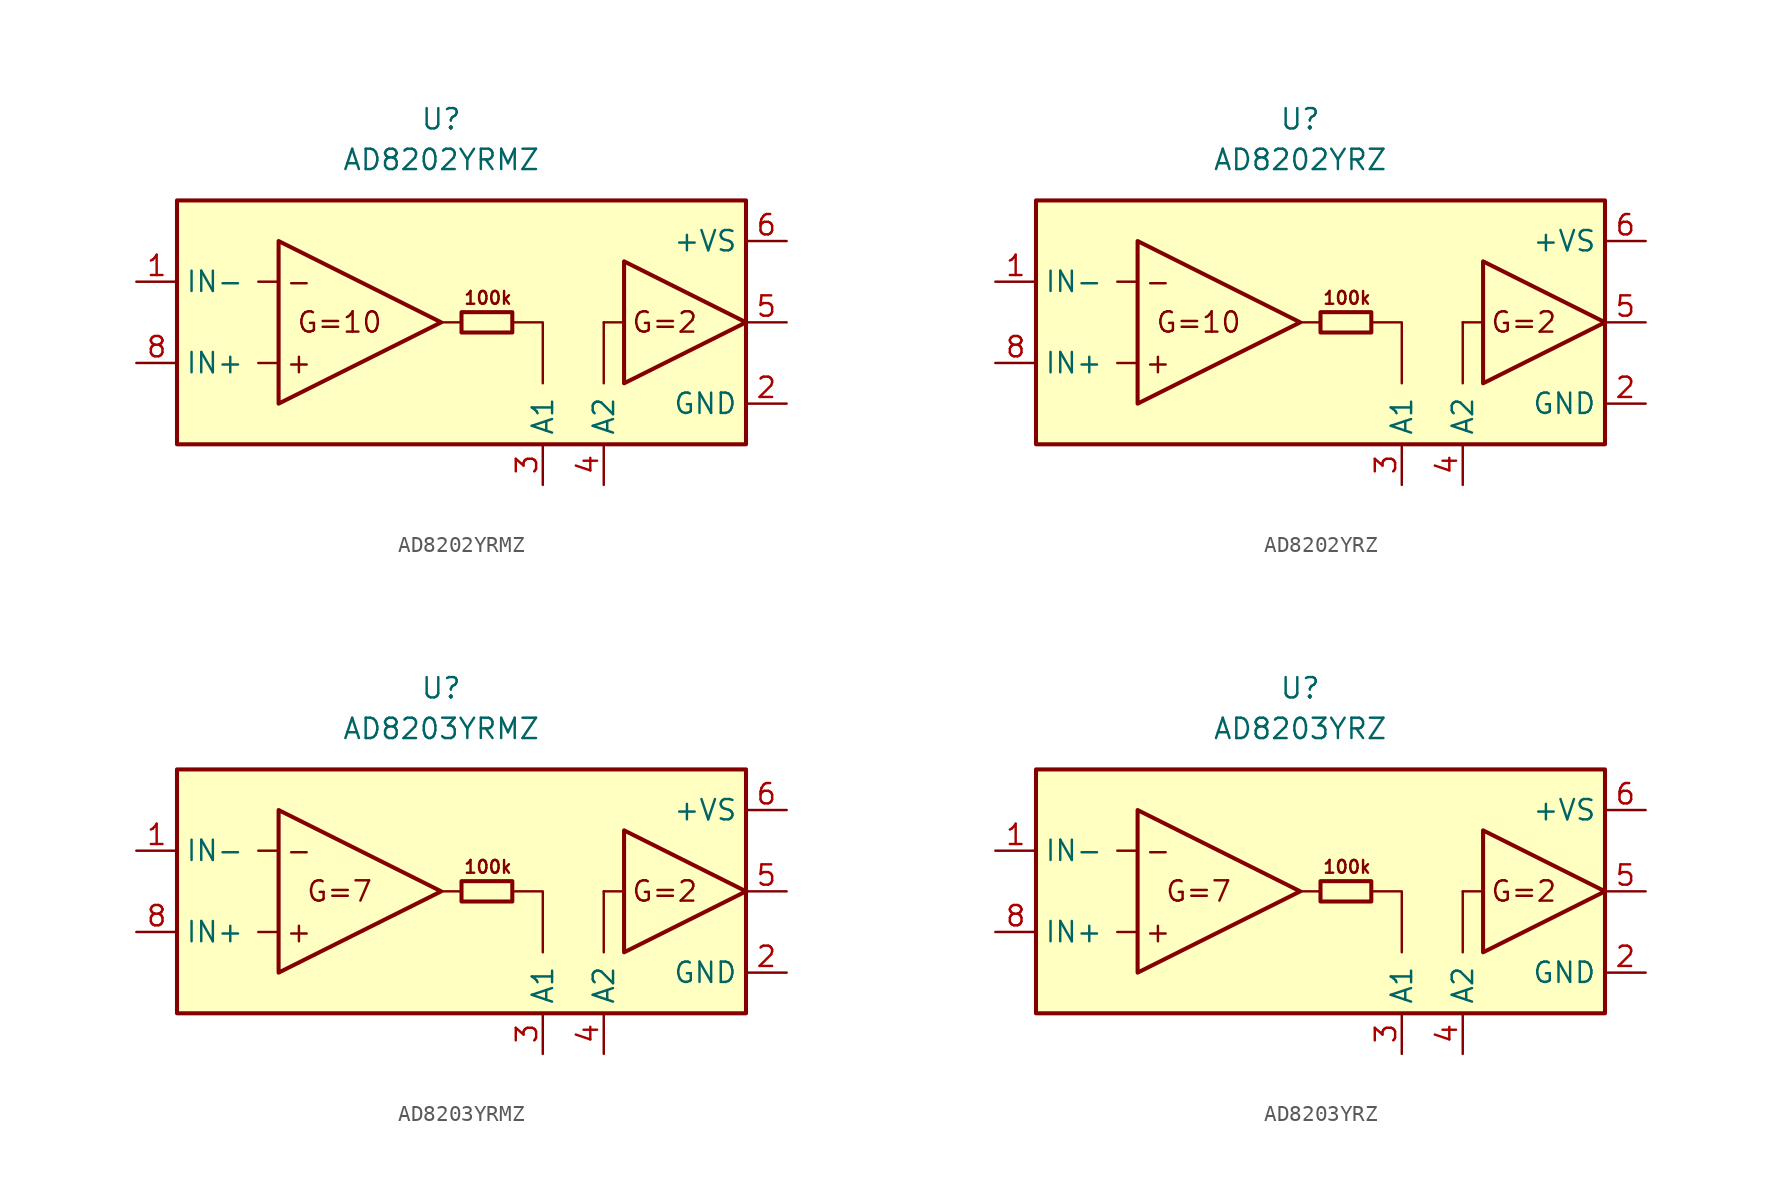
<source format=kicad_sym>
(kicad_symbol_lib
  (version 20211014)
  (generator kicad_symbol_editor)
  (symbol "AD8202YRMZ"
    (property "Reference" "U"
      (at 0 15.24 0)
      (effects (font (size 1.27 1.27))))
    (property "Value" "AD8202YRMZ"
      (at 0 12.7 0)
      (effects (font (size 1.27 1.27))))
    (symbol "AD8202YRMZ_0_0"
      (polyline (pts (xy -10.16 0) (xy -11.43 0)) (stroke (width 0.152) (type default) (color 0 0 0 0)) (fill (type none)))
      (polyline (pts (xy -10.16 5.08) (xy -11.43 5.08)) (stroke (width 0.152) (type default) (color 0 0 0 0)) (fill (type none)))
      (polyline (pts (xy 11.43 2.54) (xy 10.16 2.54)) (stroke (width 0.152) (type default) (color 0 0 0 0)) (fill (type none)))
      (text "+" (at -8.89 0 0) (effects (font (size 1.27 1.27))))
      (text "-" (at -8.89 5.08 0) (effects (font (size 1.27 1.27))))
      (text "100k" (at 2.921 4.064 0) (effects (font (size 0.8 0.8))))
      (text "G=10" (at -6.35 2.54 0) (effects (font (size 1.27 1.27))))
      (text "G=2" (at 13.97 2.54 0) (effects (font (size 1.27 1.27)))))
    (symbol "AD8202YRMZ_0_1"
      (rectangle (start -16.51 10.16) (end 19.05 -5.08) (stroke (width 0.254) (type default) (color 0 0 0 0)) (fill (type background)))
      (polyline (pts (xy 1.27 2.54) (xy 0 2.54)) (stroke (width 0.152) (type default) (color 0 0 0 0)) (fill (type none)))
      (polyline (pts (xy 10.16 2.54) (xy 10.16 -1.27)) (stroke (width 0.152) (type default) (color 0 0 0 0)) (fill (type none)))
      (polyline (pts (xy 4.445 2.54) (xy 6.35 2.54) (xy 6.35 -1.27)) (stroke (width 0.152) (type default) (color 0 0 0 0)) (fill (type none)))
      (polyline (pts (xy -10.16 7.62) (xy -10.16 -2.54) (xy 0 2.54) (xy -10.16 7.62)) (stroke (width 0.254) (type default) (color 0 0 0 0)) (fill (type none)))
      (polyline (pts (xy 11.43 6.35) (xy 11.43 -1.27) (xy 19.05 2.54) (xy 11.43 6.35)) (stroke (width 0.254) (type default) (color 0 0 0 0)) (fill (type none)))
      (rectangle (start 1.27 3.175) (end 4.445 1.905) (stroke (width 0.254) (type default) (color 0 0 0 0)) (fill (type none))))
    (symbol "AD8202YRMZ_1_1"
      (pin input line (at -19.05 5.08 0) (length 2.54) (name "IN-" (effects (font (size 1.27 1.27)))) (number "1" (effects (font (size 1.27 1.27)))))
      (pin power_in line (at 21.59 -2.54 180) (length 2.54) (name "GND" (effects (font (size 1.27 1.27)))) (number "2" (effects (font (size 1.27 1.27)))))
      (pin passive line (at 6.35 -7.62 90) (length 2.54) (name "A1" (effects (font (size 1.27 1.27)))) (number "3" (effects (font (size 1.27 1.27)))))
      (pin passive line (at 10.16 -7.62 90) (length 2.54) (name "A2" (effects (font (size 1.27 1.27)))) (number "4" (effects (font (size 1.27 1.27)))))
      (pin output line (at 21.59 2.54 180) (length 2.54) (name "~" (effects (font (size 1.27 1.27)))) (number "5" (effects (font (size 1.27 1.27)))))
      (pin power_in line (at 21.59 7.62 180) (length 2.54) (name "+VS" (effects (font (size 1.27 1.27)))) (number "6" (effects (font (size 1.27 1.27)))))
      (pin no_connect line (at -1.27 -3.81 0) (length 2.54) hide (name "NC" (effects (font (size 1.27 1.27)))) (number "7" (effects (font (size 1.27 1.27)))))
      (pin input line (at -19.05 0 0) (length 2.54) (name "IN+" (effects (font (size 1.27 1.27)))) (number "8" (effects (font (size 1.27 1.27)))))))
  (symbol "AD8202YRZ"
    (property "Reference" "U"
      (at 0 15.24 0)
      (effects (font (size 1.27 1.27))))
    (property "Value" "AD8202YRZ"
      (at 0 12.7 0)
      (effects (font (size 1.27 1.27))))
    (symbol "AD8202YRZ_0_0"
      (polyline (pts (xy -10.16 0) (xy -11.43 0)) (stroke (width 0.152) (type default) (color 0 0 0 0)) (fill (type none)))
      (polyline (pts (xy -10.16 5.08) (xy -11.43 5.08)) (stroke (width 0.152) (type default) (color 0 0 0 0)) (fill (type none)))
      (polyline (pts (xy 11.43 2.54) (xy 10.16 2.54)) (stroke (width 0.152) (type default) (color 0 0 0 0)) (fill (type none)))
      (text "+" (at -8.89 0 0) (effects (font (size 1.27 1.27))))
      (text "-" (at -8.89 5.08 0) (effects (font (size 1.27 1.27))))
      (text "100k" (at 2.921 4.064 0) (effects (font (size 0.8 0.8))))
      (text "G=10" (at -6.35 2.54 0) (effects (font (size 1.27 1.27))))
      (text "G=2" (at 13.97 2.54 0) (effects (font (size 1.27 1.27)))))
    (symbol "AD8202YRZ_0_1"
      (rectangle (start -16.51 10.16) (end 19.05 -5.08) (stroke (width 0.254) (type default) (color 0 0 0 0)) (fill (type background)))
      (polyline (pts (xy 1.27 2.54) (xy 0 2.54)) (stroke (width 0.152) (type default) (color 0 0 0 0)) (fill (type none)))
      (polyline (pts (xy 10.16 2.54) (xy 10.16 -1.27)) (stroke (width 0.152) (type default) (color 0 0 0 0)) (fill (type none)))
      (polyline (pts (xy 4.445 2.54) (xy 6.35 2.54) (xy 6.35 -1.27)) (stroke (width 0.152) (type default) (color 0 0 0 0)) (fill (type none)))
      (polyline (pts (xy -10.16 7.62) (xy -10.16 -2.54) (xy 0 2.54) (xy -10.16 7.62)) (stroke (width 0.254) (type default) (color 0 0 0 0)) (fill (type none)))
      (polyline (pts (xy 11.43 6.35) (xy 11.43 -1.27) (xy 19.05 2.54) (xy 11.43 6.35)) (stroke (width 0.254) (type default) (color 0 0 0 0)) (fill (type none)))
      (rectangle (start 1.27 3.175) (end 4.445 1.905) (stroke (width 0.254) (type default) (color 0 0 0 0)) (fill (type none))))
    (symbol "AD8202YRZ_1_1"
      (pin input line (at -19.05 5.08 0) (length 2.54) (name "IN-" (effects (font (size 1.27 1.27)))) (number "1" (effects (font (size 1.27 1.27)))))
      (pin power_in line (at 21.59 -2.54 180) (length 2.54) (name "GND" (effects (font (size 1.27 1.27)))) (number "2" (effects (font (size 1.27 1.27)))))
      (pin passive line (at 6.35 -7.62 90) (length 2.54) (name "A1" (effects (font (size 1.27 1.27)))) (number "3" (effects (font (size 1.27 1.27)))))
      (pin passive line (at 10.16 -7.62 90) (length 2.54) (name "A2" (effects (font (size 1.27 1.27)))) (number "4" (effects (font (size 1.27 1.27)))))
      (pin output line (at 21.59 2.54 180) (length 2.54) (name "~" (effects (font (size 1.27 1.27)))) (number "5" (effects (font (size 1.27 1.27)))))
      (pin power_in line (at 21.59 7.62 180) (length 2.54) (name "+VS" (effects (font (size 1.27 1.27)))) (number "6" (effects (font (size 1.27 1.27)))))
      (pin no_connect line (at 0 -3.81 0) (length 2.54) hide (name "NC" (effects (font (size 1.27 1.27)))) (number "7" (effects (font (size 1.27 1.27)))))
      (pin input line (at -19.05 0 0) (length 2.54) (name "IN+" (effects (font (size 1.27 1.27)))) (number "8" (effects (font (size 1.27 1.27)))))))
  (symbol "AD8203YRMZ"
    (property "Reference" "U"
      (at 0 15.24 0)
      (effects (font (size 1.27 1.27))))
    (property "Value" "AD8203YRMZ"
      (at 0 12.7 0)
      (effects (font (size 1.27 1.27))))
    (symbol "AD8203YRMZ_0_0"
      (polyline (pts (xy -10.16 0) (xy -11.43 0)) (stroke (width 0.152) (type default) (color 0 0 0 0)) (fill (type none)))
      (polyline (pts (xy -10.16 5.08) (xy -11.43 5.08)) (stroke (width 0.152) (type default) (color 0 0 0 0)) (fill (type none)))
      (polyline (pts (xy 11.43 2.54) (xy 10.16 2.54)) (stroke (width 0.152) (type default) (color 0 0 0 0)) (fill (type none)))
      (text "+" (at -8.89 0 0) (effects (font (size 1.27 1.27))))
      (text "-" (at -8.89 5.08 0) (effects (font (size 1.27 1.27))))
      (text "100k" (at 2.921 4.064 0) (effects (font (size 0.8 0.8))))
      (text "G=2" (at 13.97 2.54 0) (effects (font (size 1.27 1.27))))
      (text "G=7" (at -6.35 2.54 0) (effects (font (size 1.27 1.27)))))
    (symbol "AD8203YRMZ_0_1"
      (rectangle (start -16.51 10.16) (end 19.05 -5.08) (stroke (width 0.254) (type default) (color 0 0 0 0)) (fill (type background)))
      (polyline (pts (xy 1.27 2.54) (xy 0 2.54)) (stroke (width 0.152) (type default) (color 0 0 0 0)) (fill (type none)))
      (polyline (pts (xy 10.16 2.54) (xy 10.16 -1.27)) (stroke (width 0.152) (type default) (color 0 0 0 0)) (fill (type none)))
      (polyline (pts (xy 4.445 2.54) (xy 6.35 2.54) (xy 6.35 -1.27)) (stroke (width 0.152) (type default) (color 0 0 0 0)) (fill (type none)))
      (polyline (pts (xy -10.16 7.62) (xy -10.16 -2.54) (xy 0 2.54) (xy -10.16 7.62)) (stroke (width 0.254) (type default) (color 0 0 0 0)) (fill (type none)))
      (polyline (pts (xy 11.43 6.35) (xy 11.43 -1.27) (xy 19.05 2.54) (xy 11.43 6.35)) (stroke (width 0.254) (type default) (color 0 0 0 0)) (fill (type none)))
      (rectangle (start 1.27 3.175) (end 4.445 1.905) (stroke (width 0.254) (type default) (color 0 0 0 0)) (fill (type none))))
    (symbol "AD8203YRMZ_1_1"
      (pin input line (at -19.05 5.08 0) (length 2.54) (name "IN-" (effects (font (size 1.27 1.27)))) (number "1" (effects (font (size 1.27 1.27)))))
      (pin power_in line (at 21.59 -2.54 180) (length 2.54) (name "GND" (effects (font (size 1.27 1.27)))) (number "2" (effects (font (size 1.27 1.27)))))
      (pin passive line (at 6.35 -7.62 90) (length 2.54) (name "A1" (effects (font (size 1.27 1.27)))) (number "3" (effects (font (size 1.27 1.27)))))
      (pin passive line (at 10.16 -7.62 90) (length 2.54) (name "A2" (effects (font (size 1.27 1.27)))) (number "4" (effects (font (size 1.27 1.27)))))
      (pin output line (at 21.59 2.54 180) (length 2.54) (name "~" (effects (font (size 1.27 1.27)))) (number "5" (effects (font (size 1.27 1.27)))))
      (pin power_in line (at 21.59 7.62 180) (length 2.54) (name "+VS" (effects (font (size 1.27 1.27)))) (number "6" (effects (font (size 1.27 1.27)))))
      (pin no_connect line (at -1.27 -3.81 0) (length 2.54) hide (name "NC" (effects (font (size 1.27 1.27)))) (number "7" (effects (font (size 1.27 1.27)))))
      (pin input line (at -19.05 0 0) (length 2.54) (name "IN+" (effects (font (size 1.27 1.27)))) (number "8" (effects (font (size 1.27 1.27)))))))
  (symbol "AD8203YRZ"
    (property "Reference" "U"
      (at 0 15.24 0)
      (effects (font (size 1.27 1.27))))
    (property "Value" "AD8203YRZ"
      (at 0 12.7 0)
      (effects (font (size 1.27 1.27))))
    (symbol "AD8203YRZ_0_0"
      (polyline (pts (xy -10.16 0) (xy -11.43 0)) (stroke (width 0.152) (type default) (color 0 0 0 0)) (fill (type none)))
      (polyline (pts (xy -10.16 5.08) (xy -11.43 5.08)) (stroke (width 0.152) (type default) (color 0 0 0 0)) (fill (type none)))
      (polyline (pts (xy 11.43 2.54) (xy 10.16 2.54)) (stroke (width 0.152) (type default) (color 0 0 0 0)) (fill (type none)))
      (text "+" (at -8.89 0 0) (effects (font (size 1.27 1.27))))
      (text "-" (at -8.89 5.08 0) (effects (font (size 1.27 1.27))))
      (text "100k" (at 2.921 4.064 0) (effects (font (size 0.8 0.8))))
      (text "G=2" (at 13.97 2.54 0) (effects (font (size 1.27 1.27))))
      (text "G=7" (at -6.35 2.54 0) (effects (font (size 1.27 1.27)))))
    (symbol "AD8203YRZ_0_1"
      (rectangle (start -16.51 10.16) (end 19.05 -5.08) (stroke (width 0.254) (type default) (color 0 0 0 0)) (fill (type background)))
      (polyline (pts (xy 1.27 2.54) (xy 0 2.54)) (stroke (width 0.152) (type default) (color 0 0 0 0)) (fill (type none)))
      (polyline (pts (xy 10.16 2.54) (xy 10.16 -1.27)) (stroke (width 0.152) (type default) (color 0 0 0 0)) (fill (type none)))
      (polyline (pts (xy 4.445 2.54) (xy 6.35 2.54) (xy 6.35 -1.27)) (stroke (width 0.152) (type default) (color 0 0 0 0)) (fill (type none)))
      (polyline (pts (xy -10.16 7.62) (xy -10.16 -2.54) (xy 0 2.54) (xy -10.16 7.62)) (stroke (width 0.254) (type default) (color 0 0 0 0)) (fill (type none)))
      (polyline (pts (xy 11.43 6.35) (xy 11.43 -1.27) (xy 19.05 2.54) (xy 11.43 6.35)) (stroke (width 0.254) (type default) (color 0 0 0 0)) (fill (type none)))
      (rectangle (start 1.27 3.175) (end 4.445 1.905) (stroke (width 0.254) (type default) (color 0 0 0 0)) (fill (type none))))
    (symbol "AD8203YRZ_1_1"
      (pin input line (at -19.05 5.08 0) (length 2.54) (name "IN-" (effects (font (size 1.27 1.27)))) (number "1" (effects (font (size 1.27 1.27)))))
      (pin power_in line (at 21.59 -2.54 180) (length 2.54) (name "GND" (effects (font (size 1.27 1.27)))) (number "2" (effects (font (size 1.27 1.27)))))
      (pin passive line (at 6.35 -7.62 90) (length 2.54) (name "A1" (effects (font (size 1.27 1.27)))) (number "3" (effects (font (size 1.27 1.27)))))
      (pin passive line (at 10.16 -7.62 90) (length 2.54) (name "A2" (effects (font (size 1.27 1.27)))) (number "4" (effects (font (size 1.27 1.27)))))
      (pin output line (at 21.59 2.54 180) (length 2.54) (name "~" (effects (font (size 1.27 1.27)))) (number "5" (effects (font (size 1.27 1.27)))))
      (pin power_in line (at 21.59 7.62 180) (length 2.54) (name "+VS" (effects (font (size 1.27 1.27)))) (number "6" (effects (font (size 1.27 1.27)))))
      (pin no_connect line (at -1.27 -3.81 0) (length 2.54) hide (name "NC" (effects (font (size 1.27 1.27)))) (number "7" (effects (font (size 1.27 1.27)))))
      (pin input line (at -19.05 0 0) (length 2.54) (name "IN+" (effects (font (size 1.27 1.27)))) (number "8" (effects (font (size 1.27 1.27))))))))
</source>
